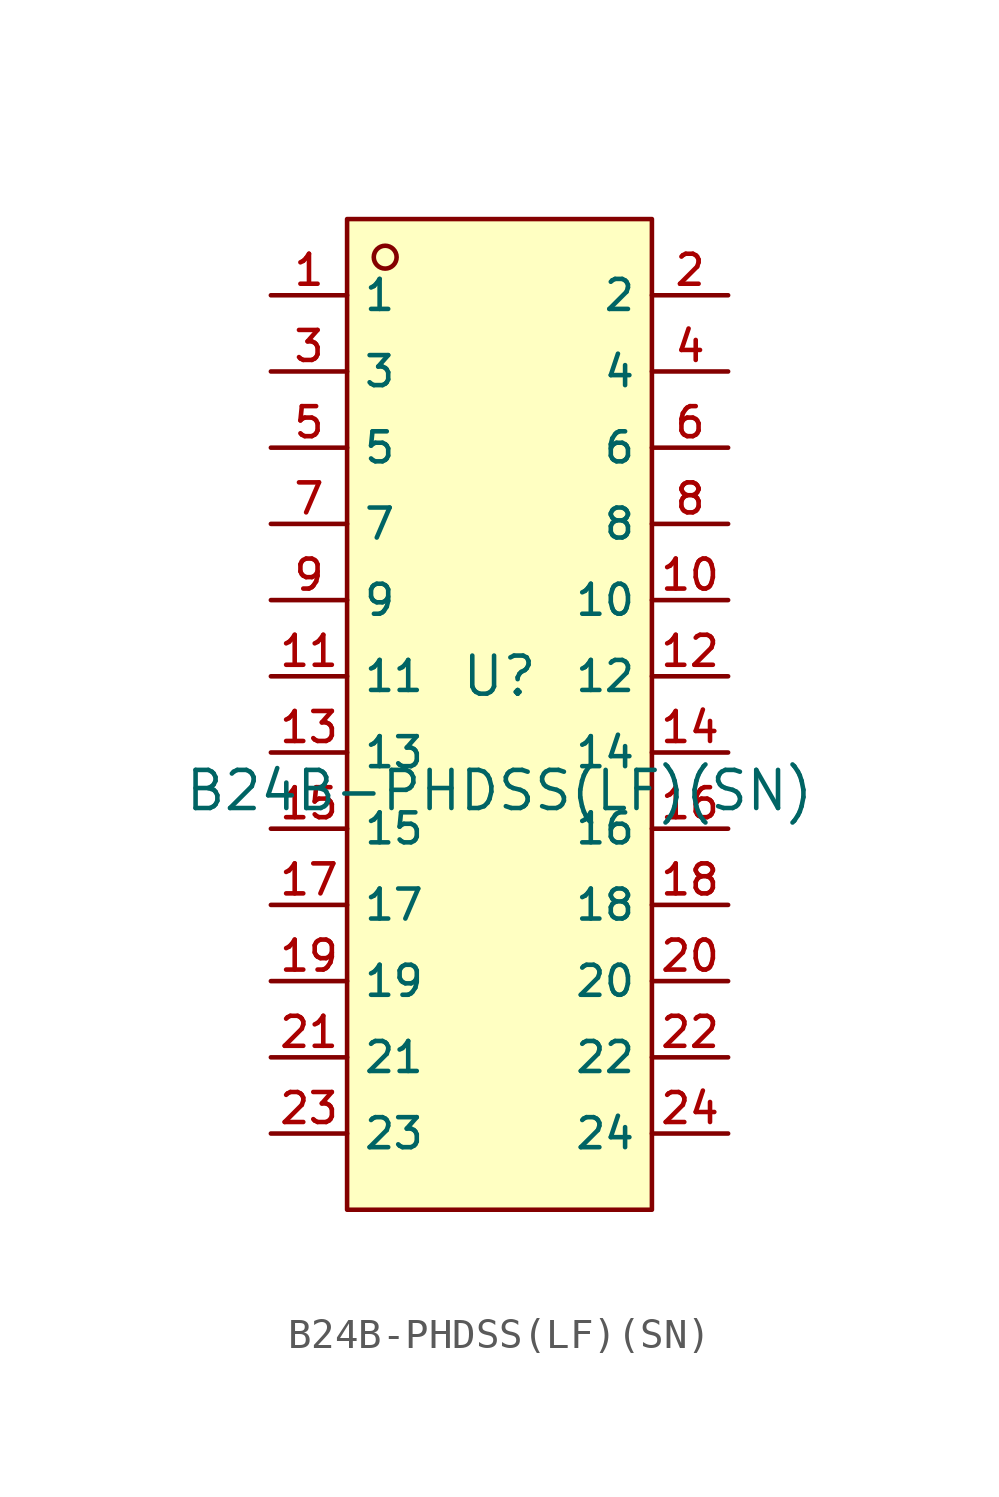
<source format=kicad_sym>
(kicad_symbol_lib
  (version 20210201)
  (generator TousstNicolas/JLC2KiCad_lib)
  (symbol "B24B-PHDSS(LF)(SN)"
    (property "Reference" "U"
      (at 0 1.27 0)
      (effects (font (size 1.27 1.27))))
    (property "Value" "B24B-PHDSS(LF)(SN)"
      (at 0 -2.54 0)
      (effects (font (size 1.27 1.27))))
    (symbol "B24B-PHDSS(LF)(SN)_0_1"
      (rectangle (start -5.08 16.51) (end 5.08 -16.51) (stroke (width 0) (type default) (color 0 0 0 0)) (fill (type background)))
      (circle (center -3.81 15.24) (radius 0.381) (stroke (width 0) (type default) (color 0 0 0 0)) (fill (type background)))
      (pin unspecified line (at -7.62 13.97 0) (length 2.54) (name "1" (effects (font (size 1 1)))) (number "1" (effects (font (size 1 1)))))
      (pin unspecified line (at 7.62 -13.97 180) (length 2.54) (name "24" (effects (font (size 1 1)))) (number "24" (effects (font (size 1 1)))))
      (pin unspecified line (at -7.62 11.43 0) (length 2.54) (name "3" (effects (font (size 1 1)))) (number "3" (effects (font (size 1 1)))))
      (pin unspecified line (at 7.62 -11.43 180) (length 2.54) (name "22" (effects (font (size 1 1)))) (number "22" (effects (font (size 1 1)))))
      (pin unspecified line (at -7.62 8.89 0) (length 2.54) (name "5" (effects (font (size 1 1)))) (number "5" (effects (font (size 1 1)))))
      (pin unspecified line (at 7.62 -8.89 180) (length 2.54) (name "20" (effects (font (size 1 1)))) (number "20" (effects (font (size 1 1)))))
      (pin unspecified line (at -7.62 6.35 0) (length 2.54) (name "7" (effects (font (size 1 1)))) (number "7" (effects (font (size 1 1)))))
      (pin unspecified line (at 7.62 -6.35 180) (length 2.54) (name "18" (effects (font (size 1 1)))) (number "18" (effects (font (size 1 1)))))
      (pin unspecified line (at -7.62 3.81 0) (length 2.54) (name "9" (effects (font (size 1 1)))) (number "9" (effects (font (size 1 1)))))
      (pin unspecified line (at 7.62 -3.81 180) (length 2.54) (name "16" (effects (font (size 1 1)))) (number "16" (effects (font (size 1 1)))))
      (pin unspecified line (at -7.62 1.27 0) (length 2.54) (name "11" (effects (font (size 1 1)))) (number "11" (effects (font (size 1 1)))))
      (pin unspecified line (at 7.62 -1.27 180) (length 2.54) (name "14" (effects (font (size 1 1)))) (number "14" (effects (font (size 1 1)))))
      (pin unspecified line (at -7.62 -1.27 0) (length 2.54) (name "13" (effects (font (size 1 1)))) (number "13" (effects (font (size 1 1)))))
      (pin unspecified line (at 7.62 1.27 180) (length 2.54) (name "12" (effects (font (size 1 1)))) (number "12" (effects (font (size 1 1)))))
      (pin unspecified line (at -7.62 -3.81 0) (length 2.54) (name "15" (effects (font (size 1 1)))) (number "15" (effects (font (size 1 1)))))
      (pin unspecified line (at 7.62 3.81 180) (length 2.54) (name "10" (effects (font (size 1 1)))) (number "10" (effects (font (size 1 1)))))
      (pin unspecified line (at -7.62 -6.35 0) (length 2.54) (name "17" (effects (font (size 1 1)))) (number "17" (effects (font (size 1 1)))))
      (pin unspecified line (at 7.62 6.35 180) (length 2.54) (name "8" (effects (font (size 1 1)))) (number "8" (effects (font (size 1 1)))))
      (pin unspecified line (at -7.62 -8.89 0) (length 2.54) (name "19" (effects (font (size 1 1)))) (number "19" (effects (font (size 1 1)))))
      (pin unspecified line (at 7.62 8.89 180) (length 2.54) (name "6" (effects (font (size 1 1)))) (number "6" (effects (font (size 1 1)))))
      (pin unspecified line (at -7.62 -11.43 0) (length 2.54) (name "21" (effects (font (size 1 1)))) (number "21" (effects (font (size 1 1)))))
      (pin unspecified line (at 7.62 11.43 180) (length 2.54) (name "4" (effects (font (size 1 1)))) (number "4" (effects (font (size 1 1)))))
      (pin unspecified line (at -7.62 -13.97 0) (length 2.54) (name "23" (effects (font (size 1 1)))) (number "23" (effects (font (size 1 1)))))
      (pin unspecified line (at 7.62 13.97 180) (length 2.54) (name "2" (effects (font (size 1 1)))) (number "2" (effects (font (size 1 1))))))))
</source>
